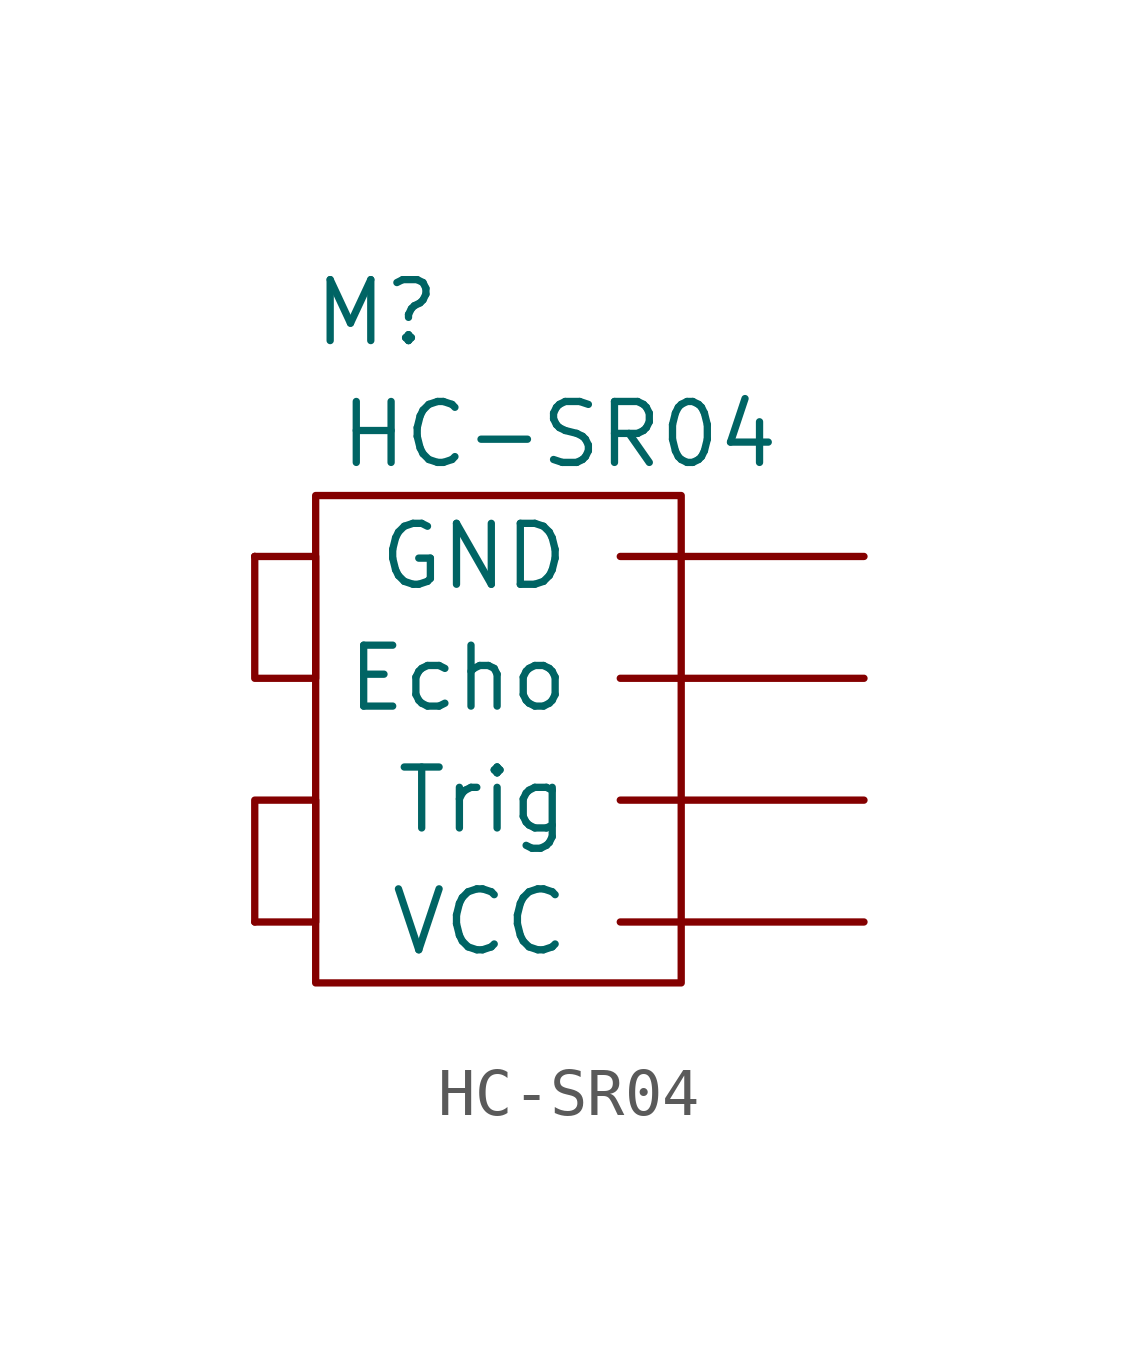
<source format=kicad_sym>
(kicad_symbol_lib
  (version 20231120)
  (generator "kicad_symbol_editor")
  (generator_version "8.0")
  (symbol "HC-SR04"
    (pin_numbers hide)
    (pin_names
      (offset 1.016))
    (property "Reference" "M"
      (at 0 2.54 0)
      (effects (font (size 1.27 1.27))))
    (property "Value" "HC-SR04"
      (at 3.81 0 0)
      (effects (font (size 1.27 1.27))))
    (symbol "HC-SR04_0_1"
      (rectangle (start -2.54 -10.16) (end -2.54 -10.16) (stroke (width 0) (type solid)) (fill (type none)))
      (rectangle (start -2.54 -2.54) (end -2.54 -2.54) (stroke (width 0) (type solid)) (fill (type none)))
      (rectangle (start -2.54 -2.54) (end -2.54 -2.54) (stroke (width 0) (type solid)) (fill (type none)))
      (rectangle (start -2.54 -2.54) (end -1.27 -5.08) (stroke (width 0) (type solid)) (fill (type none)))
      (rectangle (start -1.27 -11.43) (end 6.35 -1.27) (stroke (width 0) (type solid)) (fill (type none)))
      (rectangle (start -1.27 -10.16) (end -2.54 -7.62) (stroke (width 0) (type solid)) (fill (type none))))
    (symbol "HC-SR04_1_1"
      (pin output line (at 10.16 -5.08 180) (length 5.08) (name "Echo" (effects (font (size 1.27 1.27)))) (number "~" (effects (font (size 1.27 1.27)))))
      (pin input line (at 10.16 -2.54 180) (length 5.08) (name "GND" (effects (font (size 1.27 1.27)))) (number "~" (effects (font (size 1.27 1.27)))))
      (pin input line (at 10.16 -7.62 180) (length 5.08) (name "Trig" (effects (font (size 1.27 1.27)))) (number "~" (effects (font (size 1.27 1.27)))))
      (pin input line (at 10.16 -10.16 180) (length 5.08) (name "VCC" (effects (font (size 1.27 1.27)))) (number "~" (effects (font (size 1.27 1.27))))))))
</source>
